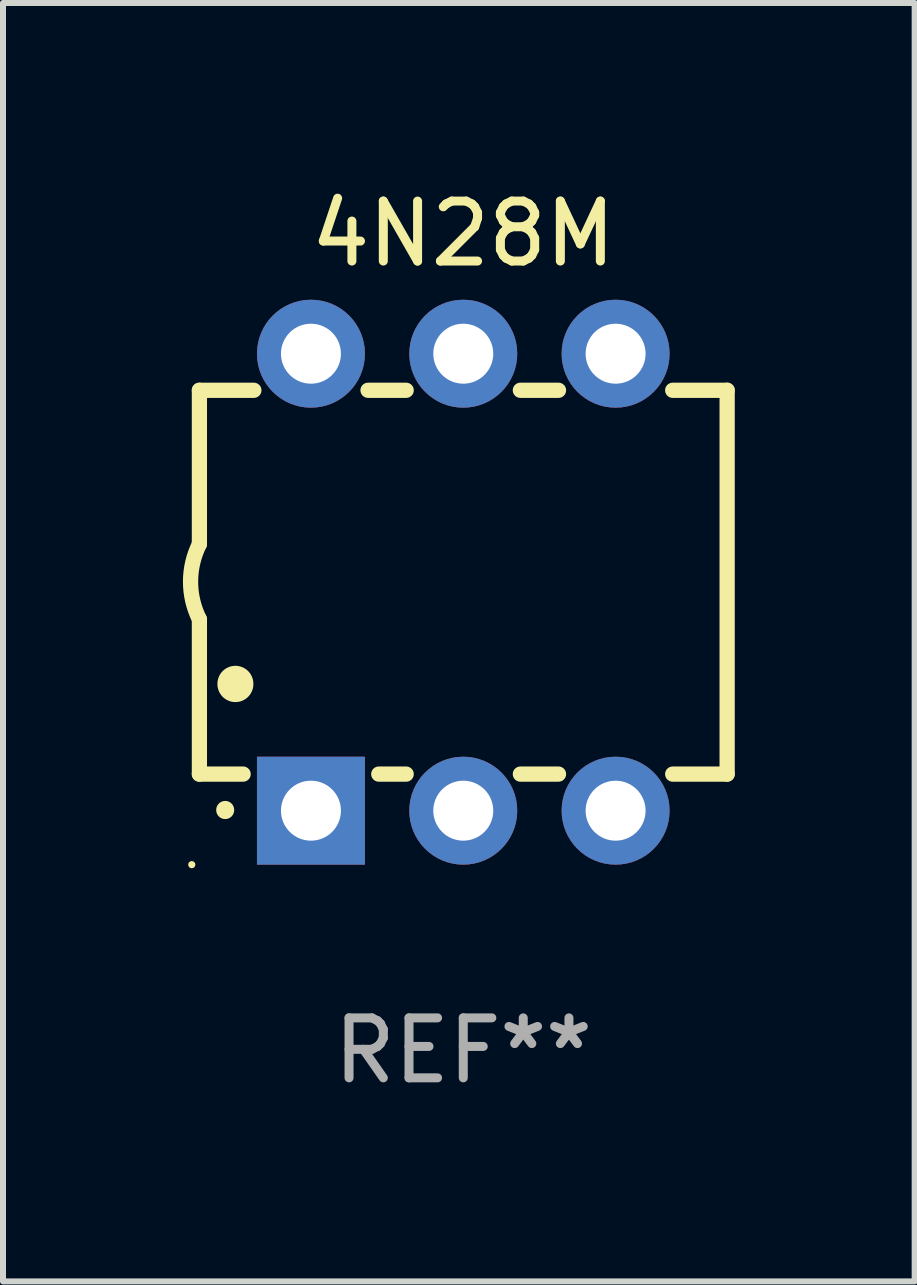
<source format=kicad_pcb>
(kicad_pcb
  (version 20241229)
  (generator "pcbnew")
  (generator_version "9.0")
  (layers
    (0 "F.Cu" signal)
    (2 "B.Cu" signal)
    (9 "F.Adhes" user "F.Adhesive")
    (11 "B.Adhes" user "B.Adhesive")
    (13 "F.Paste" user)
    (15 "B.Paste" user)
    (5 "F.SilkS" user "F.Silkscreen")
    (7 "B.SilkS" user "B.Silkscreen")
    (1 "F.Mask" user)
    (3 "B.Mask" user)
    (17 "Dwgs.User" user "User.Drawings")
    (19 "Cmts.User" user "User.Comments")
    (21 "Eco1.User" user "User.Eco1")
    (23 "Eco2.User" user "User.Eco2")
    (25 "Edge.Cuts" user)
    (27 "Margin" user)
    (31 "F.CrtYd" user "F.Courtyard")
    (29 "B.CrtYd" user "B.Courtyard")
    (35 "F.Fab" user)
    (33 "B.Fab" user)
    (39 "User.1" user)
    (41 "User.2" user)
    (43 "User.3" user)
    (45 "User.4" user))
  (footprint "4N28M"
    (layer "F.Cu")
    (at 4.675 6.658)
    (property "Reference" "4N28M" (at 0 -5.81 0) (layer "F.SilkS") (effects (font (size 1 1) (thickness 0.15))))
    (attr through_hole)
    (fp_line (start -4.4 -3.2) (end -4.4 -0.635) (stroke (width 0.254) (type solid)) (layer "F.SilkS"))
    (fp_line (start -4.4 -3.2) (end -3.492 -3.2) (stroke (width 0.254) (type solid)) (layer "F.SilkS"))
    (fp_line (start -4.4 3.2) (end -4.4 0.619) (stroke (width 0.254) (type solid)) (layer "F.SilkS"))
    (fp_line (start -3.671 3.2) (end -4.4 3.2) (stroke (width 0.254) (type solid)) (layer "F.SilkS"))
    (fp_line (start -1.588 -3.2) (end -0.952 -3.2) (stroke (width 0.254) (type solid)) (layer "F.SilkS"))
    (fp_line (start -0.952 3.2) (end -1.409 3.2) (stroke (width 0.254) (type solid)) (layer "F.SilkS"))
    (fp_line (start 0.952 -3.2) (end 1.588 -3.2) (stroke (width 0.254) (type solid)) (layer "F.SilkS"))
    (fp_line (start 1.588 3.2) (end 0.952 3.2) (stroke (width 0.254) (type solid)) (layer "F.SilkS"))
    (fp_line (start 3.492 -3.2) (end 4.4 -3.2) (stroke (width 0.254) (type solid)) (layer "F.SilkS"))
    (fp_line (start 4.4 -3.2) (end 4.4 3.2) (stroke (width 0.254) (type solid)) (layer "F.SilkS"))
    (fp_line (start 4.4 3.2) (end 3.492 3.2) (stroke (width 0.254) (type solid)) (layer "F.SilkS"))
    (fp_arc (start -4.399288 0.619762) (mid -4.547636 -0.007536) (end -4.4 -0.635001) (stroke (width 0.254001) (type solid)) (layer "F.SilkS"))
    (fp_arc (start -3.970028 3.799848) (mid -3.970033 3.798578) (end -3.970028 3.797308) (stroke (width 0.3) (type solid)) (layer "F.SilkS"))
    (fp_arc (start -3.799848 1.699263) (mid -3.799859 1.696723) (end -3.799848 1.694183) (stroke (width 0.6) (type solid)) (layer "F.SilkS"))
    (fp_circle (center -4.527 4.71) (end -4.497 4.71) (stroke (width 0.06) (type solid)) (fill no) (layer "F.SilkS"))
    (fp_text user "REF**" (at 0 7.81 0) (layer "F.Fab") (effects (font (size 1 1) (thickness 0.15))))
    (pad "1" thru_hole rect (at -2.54 3.81 180) (size 1.8 1.8) (drill 1) (layers "*.Cu" "*.Mask"))
    (pad "2" thru_hole circle (at 0 3.81) (size 1.8 1.8) (drill 1) (layers "*.Cu" "*.Mask"))
    (pad "3" thru_hole circle (at 2.54 3.81) (size 1.8 1.8) (drill 1) (layers "*.Cu" "*.Mask"))
    (pad "4" thru_hole circle (at 2.54 -3.81) (size 1.8 1.8) (drill 1) (layers "*.Cu" "*.Mask"))
    (pad "5" thru_hole circle (at 0 -3.81) (size 1.8 1.8) (drill 1) (layers "*.Cu" "*.Mask"))
    (pad "6" thru_hole circle (at -2.54 -3.81) (size 1.8 1.8) (drill 1) (layers "*.Cu" "*.Mask")))
  (gr_rect
    (start -3 -3)
    (end 12.202 18.317)
    (stroke (width 0.1) (type default))
    (fill no)
    (layer "Edge.Cuts")))
</source>
